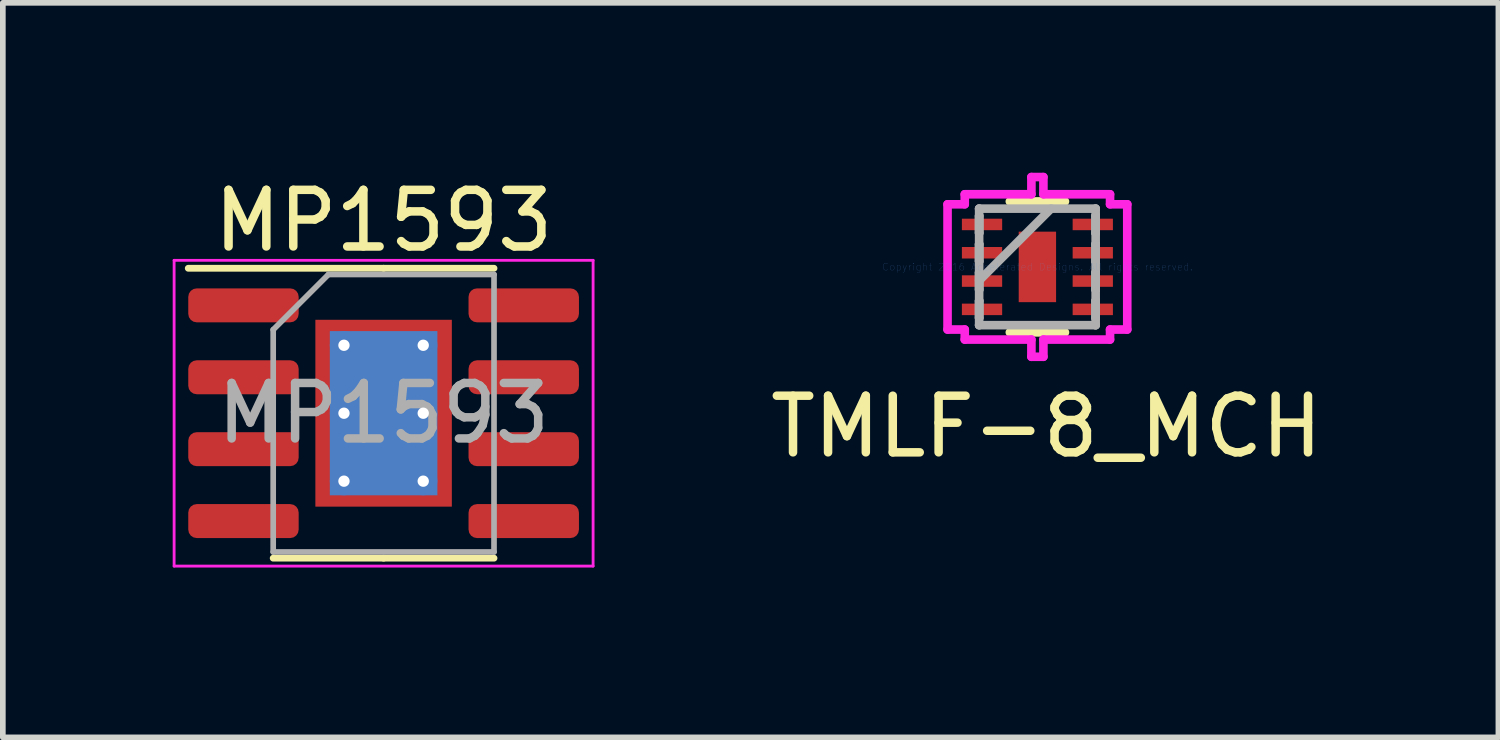
<source format=kicad_pcb>
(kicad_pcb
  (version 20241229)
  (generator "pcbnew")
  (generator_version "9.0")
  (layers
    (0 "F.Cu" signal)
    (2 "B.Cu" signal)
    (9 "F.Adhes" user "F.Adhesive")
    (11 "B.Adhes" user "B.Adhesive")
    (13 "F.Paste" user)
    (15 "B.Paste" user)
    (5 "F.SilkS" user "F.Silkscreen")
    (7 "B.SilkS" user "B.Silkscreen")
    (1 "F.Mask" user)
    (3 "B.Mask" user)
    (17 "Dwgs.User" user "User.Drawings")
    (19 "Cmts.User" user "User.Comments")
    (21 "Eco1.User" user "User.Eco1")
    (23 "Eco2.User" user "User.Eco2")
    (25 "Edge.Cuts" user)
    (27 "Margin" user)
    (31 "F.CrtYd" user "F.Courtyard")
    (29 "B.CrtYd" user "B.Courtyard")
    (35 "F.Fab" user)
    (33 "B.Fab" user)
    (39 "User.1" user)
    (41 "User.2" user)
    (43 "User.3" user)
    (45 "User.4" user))
  (footprint "MP1593"
    (layer "F.Cu")
    (at 3.725 4.248)
    (property "Reference" "MP1593" (at 0 -3.4 0) (layer "F.SilkS") (effects (font (size 1 1) (thickness 0.15))))
    (attr smd)
    (fp_line (start 0 -2.56) (end -3.45 -2.56) (stroke (width 0.12) (type solid)) (layer "F.SilkS"))
    (fp_line (start 0 -2.56) (end 1.95 -2.56) (stroke (width 0.12) (type solid)) (layer "F.SilkS"))
    (fp_line (start 0 2.56) (end -1.95 2.56) (stroke (width 0.12) (type solid)) (layer "F.SilkS"))
    (fp_line (start 0 2.56) (end 1.95 2.56) (stroke (width 0.12) (type solid)) (layer "F.SilkS"))
    (fp_line (start -3.7 -2.7) (end -3.7 2.7) (stroke (width 0.05) (type solid)) (layer "F.CrtYd"))
    (fp_line (start -3.7 2.7) (end 3.7 2.7) (stroke (width 0.05) (type solid)) (layer "F.CrtYd"))
    (fp_line (start 3.7 -2.7) (end -3.7 -2.7) (stroke (width 0.05) (type solid)) (layer "F.CrtYd"))
    (fp_line (start 3.7 2.7) (end 3.7 -2.7) (stroke (width 0.05) (type solid)) (layer "F.CrtYd"))
    (fp_line (start -1.95 -1.475) (end -0.975 -2.45) (stroke (width 0.1) (type solid)) (layer "F.Fab"))
    (fp_line (start -1.95 2.45) (end -1.95 -1.475) (stroke (width 0.1) (type solid)) (layer "F.Fab"))
    (fp_line (start -0.975 -2.45) (end 1.95 -2.45) (stroke (width 0.1) (type solid)) (layer "F.Fab"))
    (fp_line (start 1.95 -2.45) (end 1.95 2.45) (stroke (width 0.1) (type solid)) (layer "F.Fab"))
    (fp_line (start 1.95 2.45) (end -1.95 2.45) (stroke (width 0.1) (type solid)) (layer "F.Fab"))
    (fp_text user "${REFERENCE}" (at 0 0 0) (layer "F.Fab") (effects (font (size 0.98 0.98) (thickness 0.15))))
    (pad "" smd roundrect (at -0.6 -0.825) (size 1.01 1.38) (layers "F.Paste") (roundrect_rratio 0.248))
    (pad "" smd roundrect (at -0.6 0.825) (size 1.01 1.38) (layers "F.Paste") (roundrect_rratio 0.248))
    (pad "" smd roundrect (at 0.6 -0.825) (size 1.01 1.38) (layers "F.Paste") (roundrect_rratio 0.248))
    (pad "" smd roundrect (at 0.6 0.825) (size 1.01 1.38) (layers "F.Paste") (roundrect_rratio 0.248))
    (pad "1" smd roundrect (at -2.475 -1.905) (size 1.95 0.6) (layers "F.Cu" "F.Mask" "F.Paste") (roundrect_rratio 0.25))
    (pad "2" smd roundrect (at -2.475 -0.635) (size 1.95 0.6) (layers "F.Cu" "F.Mask" "F.Paste") (roundrect_rratio 0.25))
    (pad "3" smd roundrect (at -2.475 0.635) (size 1.95 0.6) (layers "F.Cu" "F.Mask" "F.Paste") (roundrect_rratio 0.25))
    (pad "4" smd roundrect (at -2.475 1.905) (size 1.95 0.6) (layers "F.Cu" "F.Mask" "F.Paste") (roundrect_rratio 0.25))
    (pad "5" smd roundrect (at 2.475 1.905) (size 1.95 0.6) (layers "F.Cu" "F.Mask" "F.Paste") (roundrect_rratio 0.25))
    (pad "6" smd roundrect (at 2.475 0.635) (size 1.95 0.6) (layers "F.Cu" "F.Mask" "F.Paste") (roundrect_rratio 0.25))
    (pad "7" smd roundrect (at 2.475 -0.635) (size 1.95 0.6) (layers "F.Cu" "F.Mask" "F.Paste") (roundrect_rratio 0.25))
    (pad "8" smd roundrect (at 2.475 -1.905) (size 1.95 0.6) (layers "F.Cu" "F.Mask" "F.Paste") (roundrect_rratio 0.25))
    (pad "9" thru_hole circle (at -0.7 -1.2) (size 0.5 0.5) (drill 0.2) (layers "*.Cu"))
    (pad "9" thru_hole circle (at -0.7 0) (size 0.5 0.5) (drill 0.2) (layers "*.Cu"))
    (pad "9" thru_hole circle (at -0.7 1.2) (size 0.5 0.5) (drill 0.2) (layers "*.Cu"))
    (pad "9" smd rect (at 0 0) (size 1.9 2.9) (layers "B.Cu"))
    (pad "9" smd rect (at 0 0) (size 2.41 3.3) (layers "F.Cu" "F.Mask"))
    (pad "9" thru_hole circle (at 0.7 -1.2) (size 0.5 0.5) (drill 0.2) (layers "*.Cu"))
    (pad "9" thru_hole circle (at 0.7 0) (size 0.5 0.5) (drill 0.2) (layers "*.Cu"))
    (pad "9" thru_hole circle (at 0.7 1.2) (size 0.5 0.5) (drill 0.2) (layers "*.Cu")))
  (footprint "TMLF-8_MCH"
    (layer "F.Cu")
    (at 15.272 1.664)
    (property "Reference" "TMLF-8_MCH" (at 0.16 2.82 0) (layer "F.SilkS") (effects (font (size 1 1) (thickness 0.15))))
    (attr smd)
    (fp_line (start -0.487 1.156) (end 0.487 1.156) (stroke (width 0.152) (type solid)) (layer "F.SilkS"))
    (fp_line (start 0.487 -1.156) (end -0.487 -1.156) (stroke (width 0.152) (type solid)) (layer "F.SilkS"))
    (fp_line (start -1.587 -1.106) (end -1.283 -1.106) (stroke (width 0.152) (type solid)) (layer "F.CrtYd"))
    (fp_line (start -1.587 1.106) (end -1.587 -1.106) (stroke (width 0.152) (type solid)) (layer "F.CrtYd"))
    (fp_line (start -1.283 -1.283) (end -0.106 -1.283) (stroke (width 0.152) (type solid)) (layer "F.CrtYd"))
    (fp_line (start -1.283 -1.106) (end -1.283 -1.283) (stroke (width 0.152) (type solid)) (layer "F.CrtYd"))
    (fp_line (start -1.283 1.106) (end -1.587 1.106) (stroke (width 0.152) (type solid)) (layer "F.CrtYd"))
    (fp_line (start -1.283 1.283) (end -1.283 1.106) (stroke (width 0.152) (type solid)) (layer "F.CrtYd"))
    (fp_line (start -0.106 -1.587) (end 0.106 -1.587) (stroke (width 0.152) (type solid)) (layer "F.CrtYd"))
    (fp_line (start -0.106 -1.283) (end -0.106 -1.587) (stroke (width 0.152) (type solid)) (layer "F.CrtYd"))
    (fp_line (start -0.106 1.283) (end -1.283 1.283) (stroke (width 0.152) (type solid)) (layer "F.CrtYd"))
    (fp_line (start -0.106 1.587) (end -0.106 1.283) (stroke (width 0.152) (type solid)) (layer "F.CrtYd"))
    (fp_line (start 0.106 -1.587) (end 0.106 -1.283) (stroke (width 0.152) (type solid)) (layer "F.CrtYd"))
    (fp_line (start 0.106 -1.283) (end 1.283 -1.283) (stroke (width 0.152) (type solid)) (layer "F.CrtYd"))
    (fp_line (start 0.106 1.283) (end 0.106 1.587) (stroke (width 0.152) (type solid)) (layer "F.CrtYd"))
    (fp_line (start 0.106 1.587) (end -0.106 1.587) (stroke (width 0.152) (type solid)) (layer "F.CrtYd"))
    (fp_line (start 1.283 -1.283) (end 1.283 -1.106) (stroke (width 0.152) (type solid)) (layer "F.CrtYd"))
    (fp_line (start 1.283 -1.106) (end 1.587 -1.106) (stroke (width 0.152) (type solid)) (layer "F.CrtYd"))
    (fp_line (start 1.283 1.106) (end 1.283 1.283) (stroke (width 0.152) (type solid)) (layer "F.CrtYd"))
    (fp_line (start 1.283 1.283) (end 0.106 1.283) (stroke (width 0.152) (type solid)) (layer "F.CrtYd"))
    (fp_line (start 1.587 -1.106) (end 1.587 1.106) (stroke (width 0.152) (type solid)) (layer "F.CrtYd"))
    (fp_line (start 1.587 1.106) (end 1.283 1.106) (stroke (width 0.152) (type solid)) (layer "F.CrtYd"))
    (fp_line (start -1.029 -1.029) (end -1.029 -1.029) (stroke (width 0.152) (type solid)) (layer "F.Fab"))
    (fp_line (start -1.029 -1.029) (end -1.029 1.029) (stroke (width 0.152) (type solid)) (layer "F.Fab"))
    (fp_line (start -1.029 -0.902) (end -1.029 -0.902) (stroke (width 0.152) (type solid)) (layer "F.Fab"))
    (fp_line (start -1.029 -0.902) (end -1.029 -0.598) (stroke (width 0.152) (type solid)) (layer "F.Fab"))
    (fp_line (start -1.029 -0.598) (end -1.029 -0.902) (stroke (width 0.152) (type solid)) (layer "F.Fab"))
    (fp_line (start -1.029 -0.598) (end -1.029 -0.598) (stroke (width 0.152) (type solid)) (layer "F.Fab"))
    (fp_line (start -1.029 -0.402) (end -1.029 -0.402) (stroke (width 0.152) (type solid)) (layer "F.Fab"))
    (fp_line (start -1.029 -0.402) (end -1.029 -0.098) (stroke (width 0.152) (type solid)) (layer "F.Fab"))
    (fp_line (start -1.029 -0.098) (end -1.029 -0.402) (stroke (width 0.152) (type solid)) (layer "F.Fab"))
    (fp_line (start -1.029 -0.098) (end -1.029 -0.098) (stroke (width 0.152) (type solid)) (layer "F.Fab"))
    (fp_line (start -1.029 0.098) (end -1.029 0.098) (stroke (width 0.152) (type solid)) (layer "F.Fab"))
    (fp_line (start -1.029 0.098) (end -1.029 0.402) (stroke (width 0.152) (type solid)) (layer "F.Fab"))
    (fp_line (start -1.029 0.241) (end 0.241 -1.029) (stroke (width 0.152) (type solid)) (layer "F.Fab"))
    (fp_line (start -1.029 0.402) (end -1.029 0.098) (stroke (width 0.152) (type solid)) (layer "F.Fab"))
    (fp_line (start -1.029 0.402) (end -1.029 0.402) (stroke (width 0.152) (type solid)) (layer "F.Fab"))
    (fp_line (start -1.029 0.598) (end -1.029 0.598) (stroke (width 0.152) (type solid)) (layer "F.Fab"))
    (fp_line (start -1.029 0.598) (end -1.029 0.902) (stroke (width 0.152) (type solid)) (layer "F.Fab"))
    (fp_line (start -1.029 0.902) (end -1.029 0.598) (stroke (width 0.152) (type solid)) (layer "F.Fab"))
    (fp_line (start -1.029 0.902) (end -1.029 0.902) (stroke (width 0.152) (type solid)) (layer "F.Fab"))
    (fp_line (start -1.029 1.029) (end -1.029 1.029) (stroke (width 0.152) (type solid)) (layer "F.Fab"))
    (fp_line (start -1.029 1.029) (end 1.029 1.029) (stroke (width 0.152) (type solid)) (layer "F.Fab"))
    (fp_line (start 1.029 -1.029) (end -1.029 -1.029) (stroke (width 0.152) (type solid)) (layer "F.Fab"))
    (fp_line (start 1.029 -1.029) (end 1.029 -1.029) (stroke (width 0.152) (type solid)) (layer "F.Fab"))
    (fp_line (start 1.029 -0.902) (end 1.029 -0.902) (stroke (width 0.152) (type solid)) (layer "F.Fab"))
    (fp_line (start 1.029 -0.902) (end 1.029 -0.598) (stroke (width 0.152) (type solid)) (layer "F.Fab"))
    (fp_line (start 1.029 -0.598) (end 1.029 -0.902) (stroke (width 0.152) (type solid)) (layer "F.Fab"))
    (fp_line (start 1.029 -0.598) (end 1.029 -0.598) (stroke (width 0.152) (type solid)) (layer "F.Fab"))
    (fp_line (start 1.029 -0.402) (end 1.029 -0.402) (stroke (width 0.152) (type solid)) (layer "F.Fab"))
    (fp_line (start 1.029 -0.402) (end 1.029 -0.098) (stroke (width 0.152) (type solid)) (layer "F.Fab"))
    (fp_line (start 1.029 -0.098) (end 1.029 -0.402) (stroke (width 0.152) (type solid)) (layer "F.Fab"))
    (fp_line (start 1.029 -0.098) (end 1.029 -0.098) (stroke (width 0.152) (type solid)) (layer "F.Fab"))
    (fp_line (start 1.029 0.098) (end 1.029 0.098) (stroke (width 0.152) (type solid)) (layer "F.Fab"))
    (fp_line (start 1.029 0.098) (end 1.029 0.402) (stroke (width 0.152) (type solid)) (layer "F.Fab"))
    (fp_line (start 1.029 0.402) (end 1.029 0.098) (stroke (width 0.152) (type solid)) (layer "F.Fab"))
    (fp_line (start 1.029 0.402) (end 1.029 0.402) (stroke (width 0.152) (type solid)) (layer "F.Fab"))
    (fp_line (start 1.029 0.598) (end 1.029 0.598) (stroke (width 0.152) (type solid)) (layer "F.Fab"))
    (fp_line (start 1.029 0.598) (end 1.029 0.902) (stroke (width 0.152) (type solid)) (layer "F.Fab"))
    (fp_line (start 1.029 0.902) (end 1.029 0.598) (stroke (width 0.152) (type solid)) (layer "F.Fab"))
    (fp_line (start 1.029 0.902) (end 1.029 0.902) (stroke (width 0.152) (type solid)) (layer "F.Fab"))
    (fp_line (start 1.029 1.029) (end 1.029 -1.029) (stroke (width 0.152) (type solid)) (layer "F.Fab"))
    (fp_line (start 1.029 1.029) (end 1.029 1.029) (stroke (width 0.152) (type solid)) (layer "F.Fab"))
    (fp_text user "Copyright 2016 Accelerated Designs. All rights reserved." (at 0 0 0) (layer "Cmts.User") (effects (font (size 0.127 0.127) (thickness 0.002))))
    (pad "1" smd rect (at -0.978 -0.75 90) (size 0.203 0.711) (layers "F.Cu" "F.Mask" "F.Paste"))
    (pad "2" smd rect (at -0.978 -0.25 90) (size 0.203 0.711) (layers "F.Cu" "F.Mask" "F.Paste"))
    (pad "3" smd rect (at -0.978 0.25 90) (size 0.203 0.711) (layers "F.Cu" "F.Mask" "F.Paste"))
    (pad "4" smd rect (at -0.978 0.75 90) (size 0.203 0.711) (layers "F.Cu" "F.Mask" "F.Paste"))
    (pad "5" smd rect (at 0.978 0.75 90) (size 0.203 0.711) (layers "F.Cu" "F.Mask" "F.Paste"))
    (pad "6" smd rect (at 0.978 0.25 90) (size 0.203 0.711) (layers "F.Cu" "F.Mask" "F.Paste"))
    (pad "7" smd rect (at 0.978 -0.25 90) (size 0.203 0.711) (layers "F.Cu" "F.Mask" "F.Paste"))
    (pad "8" smd rect (at 0.978 -0.75 90) (size 0.203 0.711) (layers "F.Cu" "F.Mask" "F.Paste"))
    (pad "9" smd rect (at 0 0) (size 0.66 1.245) (layers "F.Cu" "F.Mask" "F.Paste")))
  (gr_rect
    (start -3 -3)
    (end 23.414 9.973)
    (stroke (width 0.1) (type default))
    (fill no)
    (layer "Edge.Cuts")))
</source>
